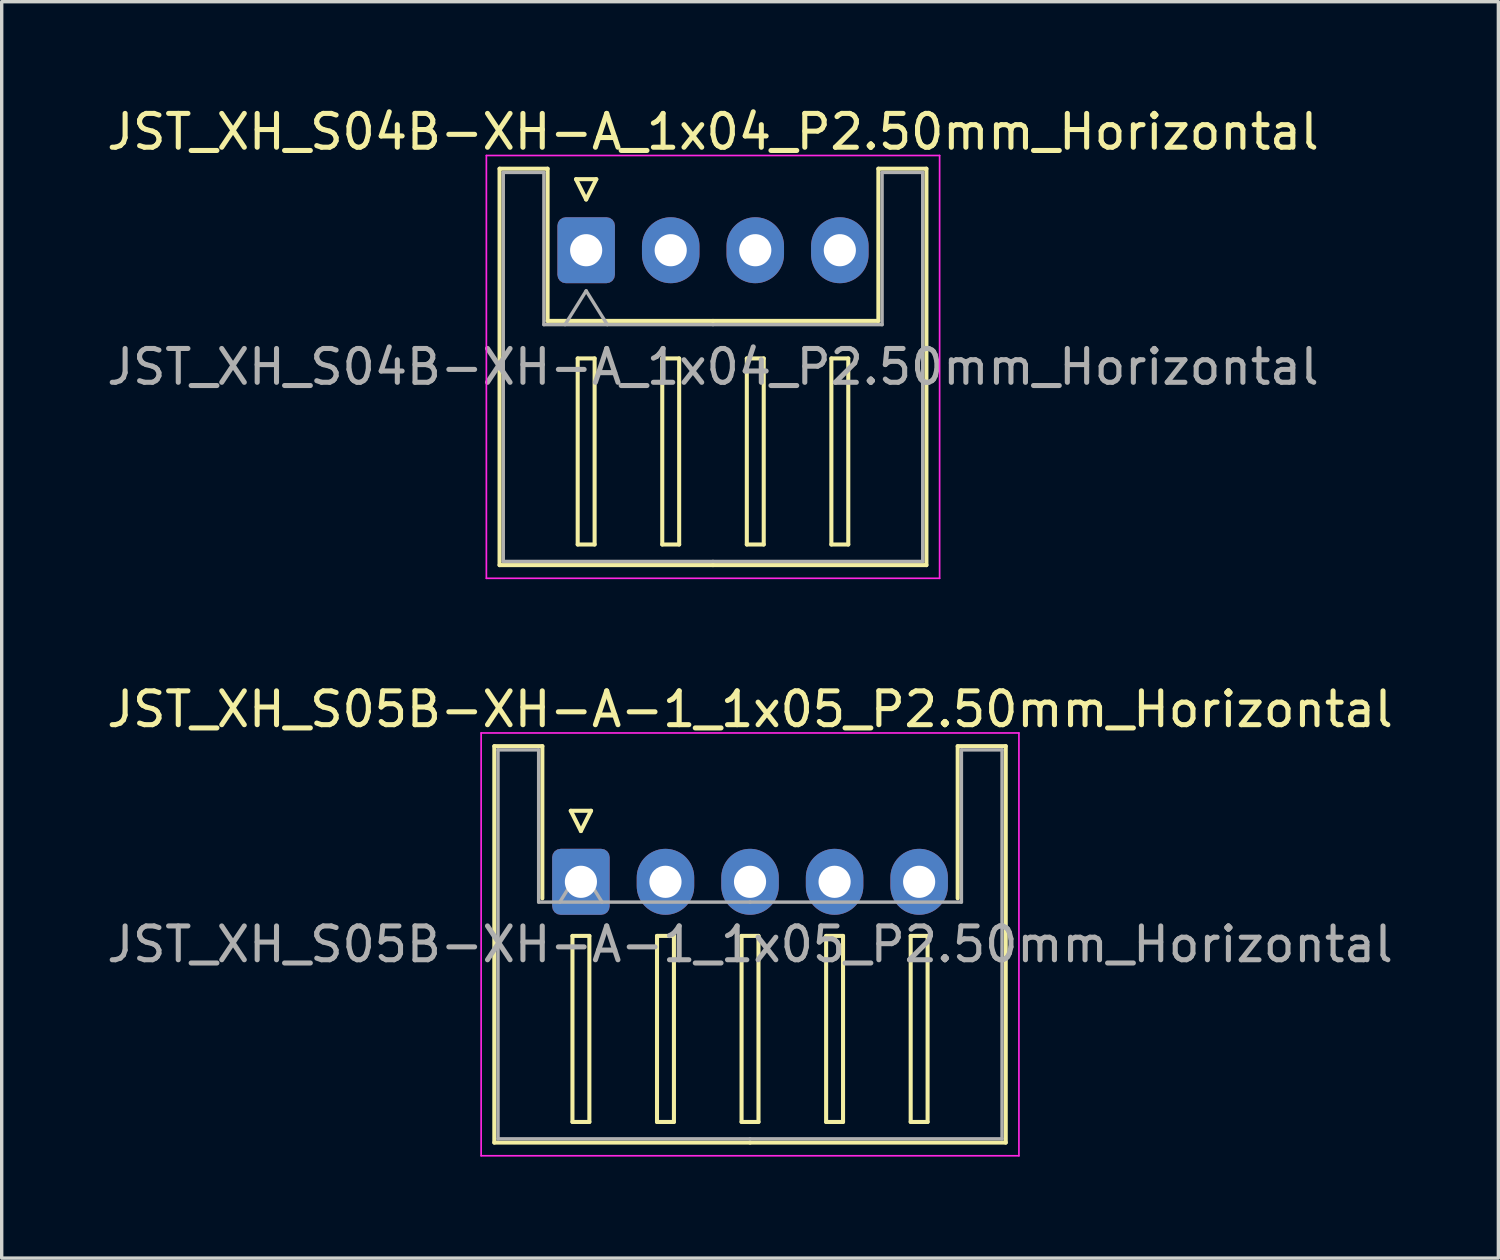
<source format=kicad_pcb>
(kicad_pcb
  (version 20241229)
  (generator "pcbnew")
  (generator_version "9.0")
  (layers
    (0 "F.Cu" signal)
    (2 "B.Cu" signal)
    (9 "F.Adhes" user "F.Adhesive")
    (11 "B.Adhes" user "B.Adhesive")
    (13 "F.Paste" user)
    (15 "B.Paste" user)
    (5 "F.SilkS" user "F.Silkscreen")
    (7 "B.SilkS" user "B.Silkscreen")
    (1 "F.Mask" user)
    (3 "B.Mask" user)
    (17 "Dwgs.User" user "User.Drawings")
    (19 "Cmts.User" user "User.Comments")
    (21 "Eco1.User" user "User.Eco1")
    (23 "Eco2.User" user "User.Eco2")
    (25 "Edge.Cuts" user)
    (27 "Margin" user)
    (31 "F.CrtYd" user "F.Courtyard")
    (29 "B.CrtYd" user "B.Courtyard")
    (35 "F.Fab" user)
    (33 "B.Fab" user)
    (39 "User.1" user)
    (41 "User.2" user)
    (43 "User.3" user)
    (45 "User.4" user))
  (footprint "JST_XH_S05B-XH-A-1_1x05_P2.50mm_Horizontal"
    (layer "F.Cu")
    (at 14.125 23.021)
    (property "Reference" "JST_XH_S05B-XH-A-1_1x05_P2.50mm_Horizontal" (at 5 -5.1 0) (layer "F.SilkS") (effects (font (size 1 1) (thickness 0.15))))
    (attr through_hole)
    (fp_line (start -2.56 -4.01) (end -1.14 -4.01) (stroke (width 0.12) (type solid)) (layer "F.SilkS"))
    (fp_line (start -2.56 7.71) (end -2.56 -4.01) (stroke (width 0.12) (type solid)) (layer "F.SilkS"))
    (fp_line (start -1.14 -4.01) (end -1.14 0.49) (stroke (width 0.12) (type solid)) (layer "F.SilkS"))
    (fp_line (start -0.3 -2.1) (end 0.3 -2.1) (stroke (width 0.12) (type solid)) (layer "F.SilkS"))
    (fp_line (start -0.25 1.6) (end -0.25 7.1) (stroke (width 0.12) (type solid)) (layer "F.SilkS"))
    (fp_line (start -0.25 7.1) (end 0.25 7.1) (stroke (width 0.12) (type solid)) (layer "F.SilkS"))
    (fp_line (start 0 -1.5) (end -0.3 -2.1) (stroke (width 0.12) (type solid)) (layer "F.SilkS"))
    (fp_line (start 0.25 1.6) (end -0.25 1.6) (stroke (width 0.12) (type solid)) (layer "F.SilkS"))
    (fp_line (start 0.25 7.1) (end 0.25 1.6) (stroke (width 0.12) (type solid)) (layer "F.SilkS"))
    (fp_line (start 0.3 -2.1) (end 0 -1.5) (stroke (width 0.12) (type solid)) (layer "F.SilkS"))
    (fp_line (start 2.25 1.6) (end 2.25 7.1) (stroke (width 0.12) (type solid)) (layer "F.SilkS"))
    (fp_line (start 2.25 7.1) (end 2.75 7.1) (stroke (width 0.12) (type solid)) (layer "F.SilkS"))
    (fp_line (start 2.75 1.6) (end 2.25 1.6) (stroke (width 0.12) (type solid)) (layer "F.SilkS"))
    (fp_line (start 2.75 7.1) (end 2.75 1.6) (stroke (width 0.12) (type solid)) (layer "F.SilkS"))
    (fp_line (start 4.75 1.6) (end 4.75 7.1) (stroke (width 0.12) (type solid)) (layer "F.SilkS"))
    (fp_line (start 4.75 7.1) (end 5.25 7.1) (stroke (width 0.12) (type solid)) (layer "F.SilkS"))
    (fp_line (start 5 7.71) (end -2.56 7.71) (stroke (width 0.12) (type solid)) (layer "F.SilkS"))
    (fp_line (start 5 7.71) (end 12.56 7.71) (stroke (width 0.12) (type solid)) (layer "F.SilkS"))
    (fp_line (start 5.25 1.6) (end 4.75 1.6) (stroke (width 0.12) (type solid)) (layer "F.SilkS"))
    (fp_line (start 5.25 7.1) (end 5.25 1.6) (stroke (width 0.12) (type solid)) (layer "F.SilkS"))
    (fp_line (start 7.25 1.6) (end 7.25 7.1) (stroke (width 0.12) (type solid)) (layer "F.SilkS"))
    (fp_line (start 7.25 7.1) (end 7.75 7.1) (stroke (width 0.12) (type solid)) (layer "F.SilkS"))
    (fp_line (start 7.75 1.6) (end 7.25 1.6) (stroke (width 0.12) (type solid)) (layer "F.SilkS"))
    (fp_line (start 7.75 7.1) (end 7.75 1.6) (stroke (width 0.12) (type solid)) (layer "F.SilkS"))
    (fp_line (start 9.75 1.6) (end 9.75 7.1) (stroke (width 0.12) (type solid)) (layer "F.SilkS"))
    (fp_line (start 9.75 7.1) (end 10.25 7.1) (stroke (width 0.12) (type solid)) (layer "F.SilkS"))
    (fp_line (start 10.25 1.6) (end 9.75 1.6) (stroke (width 0.12) (type solid)) (layer "F.SilkS"))
    (fp_line (start 10.25 7.1) (end 10.25 1.6) (stroke (width 0.12) (type solid)) (layer "F.SilkS"))
    (fp_line (start 11.14 -4.01) (end 11.14 0.49) (stroke (width 0.12) (type solid)) (layer "F.SilkS"))
    (fp_line (start 12.56 -4.01) (end 11.14 -4.01) (stroke (width 0.12) (type solid)) (layer "F.SilkS"))
    (fp_line (start 12.56 7.71) (end 12.56 -4.01) (stroke (width 0.12) (type solid)) (layer "F.SilkS"))
    (fp_line (start -2.95 -4.4) (end -2.95 8.1) (stroke (width 0.05) (type solid)) (layer "F.CrtYd"))
    (fp_line (start -2.95 8.1) (end 12.95 8.1) (stroke (width 0.05) (type solid)) (layer "F.CrtYd"))
    (fp_line (start 12.95 -4.4) (end -2.95 -4.4) (stroke (width 0.05) (type solid)) (layer "F.CrtYd"))
    (fp_line (start 12.95 8.1) (end 12.95 -4.4) (stroke (width 0.05) (type solid)) (layer "F.CrtYd"))
    (fp_line (start -2.45 -3.9) (end -1.25 -3.9) (stroke (width 0.1) (type solid)) (layer "F.Fab"))
    (fp_line (start -2.45 7.6) (end -2.45 -3.9) (stroke (width 0.1) (type solid)) (layer "F.Fab"))
    (fp_line (start -1.25 -3.9) (end -1.25 0.6) (stroke (width 0.1) (type solid)) (layer "F.Fab"))
    (fp_line (start -1.25 0.6) (end 5 0.6) (stroke (width 0.1) (type solid)) (layer "F.Fab"))
    (fp_line (start -0.625 0.6) (end 0 -0.4) (stroke (width 0.1) (type solid)) (layer "F.Fab"))
    (fp_line (start 0 -0.4) (end 0.625 0.6) (stroke (width 0.1) (type solid)) (layer "F.Fab"))
    (fp_line (start 5 7.6) (end -2.45 7.6) (stroke (width 0.1) (type solid)) (layer "F.Fab"))
    (fp_line (start 5 7.6) (end 12.45 7.6) (stroke (width 0.1) (type solid)) (layer "F.Fab"))
    (fp_line (start 11.25 -3.9) (end 11.25 0.6) (stroke (width 0.1) (type solid)) (layer "F.Fab"))
    (fp_line (start 11.25 0.6) (end 5 0.6) (stroke (width 0.1) (type solid)) (layer "F.Fab"))
    (fp_line (start 12.45 -3.9) (end 11.25 -3.9) (stroke (width 0.1) (type solid)) (layer "F.Fab"))
    (fp_line (start 12.45 7.6) (end 12.45 -3.9) (stroke (width 0.1) (type solid)) (layer "F.Fab"))
    (fp_text user "${REFERENCE}" (at 5 1.85 0) (layer "F.Fab") (effects (font (size 1 1) (thickness 0.15))))
    (pad "1" thru_hole roundrect (at 0 0) (size 1.7 1.95) (drill 0.95) (layers "*.Cu" "*.Mask") (roundrect_rratio 0.147))
    (pad "2" thru_hole oval (at 2.5 0) (size 1.7 1.95) (drill 0.95) (layers "*.Cu" "*.Mask"))
    (pad "3" thru_hole oval (at 5 0) (size 1.7 1.95) (drill 0.95) (layers "*.Cu" "*.Mask"))
    (pad "4" thru_hole oval (at 7.5 0) (size 1.7 1.95) (drill 0.95) (layers "*.Cu" "*.Mask"))
    (pad "5" thru_hole oval (at 10 0) (size 1.7 1.95) (drill 0.95) (layers "*.Cu" "*.Mask")))
  (footprint "JST_XH_S04B-XH-A_1x04_P2.50mm_Horizontal"
    (layer "F.Cu")
    (at 14.28 4.348)
    (property "Reference" "JST_XH_S04B-XH-A_1x04_P2.50mm_Horizontal" (at 3.75 -3.5 0) (layer "F.SilkS") (effects (font (size 1 1) (thickness 0.15))))
    (attr through_hole)
    (fp_line (start -2.56 -2.41) (end -1.14 -2.41) (stroke (width 0.12) (type solid)) (layer "F.SilkS"))
    (fp_line (start -2.56 9.31) (end -2.56 -2.41) (stroke (width 0.12) (type solid)) (layer "F.SilkS"))
    (fp_line (start -1.14 -2.41) (end -1.14 2.09) (stroke (width 0.12) (type solid)) (layer "F.SilkS"))
    (fp_line (start -1.14 2.09) (end 3.75 2.09) (stroke (width 0.12) (type solid)) (layer "F.SilkS"))
    (fp_line (start -0.3 -2.1) (end 0.3 -2.1) (stroke (width 0.12) (type solid)) (layer "F.SilkS"))
    (fp_line (start -0.25 3.2) (end -0.25 8.7) (stroke (width 0.12) (type solid)) (layer "F.SilkS"))
    (fp_line (start -0.25 8.7) (end 0.25 8.7) (stroke (width 0.12) (type solid)) (layer "F.SilkS"))
    (fp_line (start 0 -1.5) (end -0.3 -2.1) (stroke (width 0.12) (type solid)) (layer "F.SilkS"))
    (fp_line (start 0.25 3.2) (end -0.25 3.2) (stroke (width 0.12) (type solid)) (layer "F.SilkS"))
    (fp_line (start 0.25 8.7) (end 0.25 3.2) (stroke (width 0.12) (type solid)) (layer "F.SilkS"))
    (fp_line (start 0.3 -2.1) (end 0 -1.5) (stroke (width 0.12) (type solid)) (layer "F.SilkS"))
    (fp_line (start 2.25 3.2) (end 2.25 8.7) (stroke (width 0.12) (type solid)) (layer "F.SilkS"))
    (fp_line (start 2.25 8.7) (end 2.75 8.7) (stroke (width 0.12) (type solid)) (layer "F.SilkS"))
    (fp_line (start 2.75 3.2) (end 2.25 3.2) (stroke (width 0.12) (type solid)) (layer "F.SilkS"))
    (fp_line (start 2.75 8.7) (end 2.75 3.2) (stroke (width 0.12) (type solid)) (layer "F.SilkS"))
    (fp_line (start 3.75 9.31) (end -2.56 9.31) (stroke (width 0.12) (type solid)) (layer "F.SilkS"))
    (fp_line (start 3.75 9.31) (end 10.06 9.31) (stroke (width 0.12) (type solid)) (layer "F.SilkS"))
    (fp_line (start 4.75 3.2) (end 4.75 8.7) (stroke (width 0.12) (type solid)) (layer "F.SilkS"))
    (fp_line (start 4.75 8.7) (end 5.25 8.7) (stroke (width 0.12) (type solid)) (layer "F.SilkS"))
    (fp_line (start 5.25 3.2) (end 4.75 3.2) (stroke (width 0.12) (type solid)) (layer "F.SilkS"))
    (fp_line (start 5.25 8.7) (end 5.25 3.2) (stroke (width 0.12) (type solid)) (layer "F.SilkS"))
    (fp_line (start 7.25 3.2) (end 7.25 8.7) (stroke (width 0.12) (type solid)) (layer "F.SilkS"))
    (fp_line (start 7.25 8.7) (end 7.75 8.7) (stroke (width 0.12) (type solid)) (layer "F.SilkS"))
    (fp_line (start 7.75 3.2) (end 7.25 3.2) (stroke (width 0.12) (type solid)) (layer "F.SilkS"))
    (fp_line (start 7.75 8.7) (end 7.75 3.2) (stroke (width 0.12) (type solid)) (layer "F.SilkS"))
    (fp_line (start 8.64 -2.41) (end 8.64 2.09) (stroke (width 0.12) (type solid)) (layer "F.SilkS"))
    (fp_line (start 8.64 2.09) (end 3.75 2.09) (stroke (width 0.12) (type solid)) (layer "F.SilkS"))
    (fp_line (start 10.06 -2.41) (end 8.64 -2.41) (stroke (width 0.12) (type solid)) (layer "F.SilkS"))
    (fp_line (start 10.06 9.31) (end 10.06 -2.41) (stroke (width 0.12) (type solid)) (layer "F.SilkS"))
    (fp_line (start -2.95 -2.8) (end -2.95 9.7) (stroke (width 0.05) (type solid)) (layer "F.CrtYd"))
    (fp_line (start -2.95 9.7) (end 10.45 9.7) (stroke (width 0.05) (type solid)) (layer "F.CrtYd"))
    (fp_line (start 10.45 -2.8) (end -2.95 -2.8) (stroke (width 0.05) (type solid)) (layer "F.CrtYd"))
    (fp_line (start 10.45 9.7) (end 10.45 -2.8) (stroke (width 0.05) (type solid)) (layer "F.CrtYd"))
    (fp_line (start -2.45 -2.3) (end -1.25 -2.3) (stroke (width 0.1) (type solid)) (layer "F.Fab"))
    (fp_line (start -2.45 9.2) (end -2.45 -2.3) (stroke (width 0.1) (type solid)) (layer "F.Fab"))
    (fp_line (start -1.25 -2.3) (end -1.25 2.2) (stroke (width 0.1) (type solid)) (layer "F.Fab"))
    (fp_line (start -1.25 2.2) (end 3.75 2.2) (stroke (width 0.1) (type solid)) (layer "F.Fab"))
    (fp_line (start -0.625 2.2) (end 0 1.2) (stroke (width 0.1) (type solid)) (layer "F.Fab"))
    (fp_line (start 0 1.2) (end 0.625 2.2) (stroke (width 0.1) (type solid)) (layer "F.Fab"))
    (fp_line (start 3.75 9.2) (end -2.45 9.2) (stroke (width 0.1) (type solid)) (layer "F.Fab"))
    (fp_line (start 3.75 9.2) (end 9.95 9.2) (stroke (width 0.1) (type solid)) (layer "F.Fab"))
    (fp_line (start 8.75 -2.3) (end 8.75 2.2) (stroke (width 0.1) (type solid)) (layer "F.Fab"))
    (fp_line (start 8.75 2.2) (end 3.75 2.2) (stroke (width 0.1) (type solid)) (layer "F.Fab"))
    (fp_line (start 9.95 -2.3) (end 8.75 -2.3) (stroke (width 0.1) (type solid)) (layer "F.Fab"))
    (fp_line (start 9.95 9.2) (end 9.95 -2.3) (stroke (width 0.1) (type solid)) (layer "F.Fab"))
    (fp_text user "${REFERENCE}" (at 3.75 3.45 0) (layer "F.Fab") (effects (font (size 1 1) (thickness 0.15))))
    (pad "1" thru_hole roundrect (at 0 0) (size 1.7 1.95) (drill 0.95) (layers "*.Cu" "*.Mask") (roundrect_rratio 0.147))
    (pad "2" thru_hole oval (at 2.5 0) (size 1.7 1.95) (drill 0.95) (layers "*.Cu" "*.Mask"))
    (pad "3" thru_hole oval (at 5 0) (size 1.7 1.95) (drill 0.95) (layers "*.Cu" "*.Mask"))
    (pad "4" thru_hole oval (at 7.5 0) (size 1.7 1.95) (drill 0.95) (layers "*.Cu" "*.Mask")))
  (gr_rect
    (start -3 -3)
    (end 41.25 34.147)
    (stroke (width 0.1) (type default))
    (fill no)
    (layer "Edge.Cuts")))
</source>
